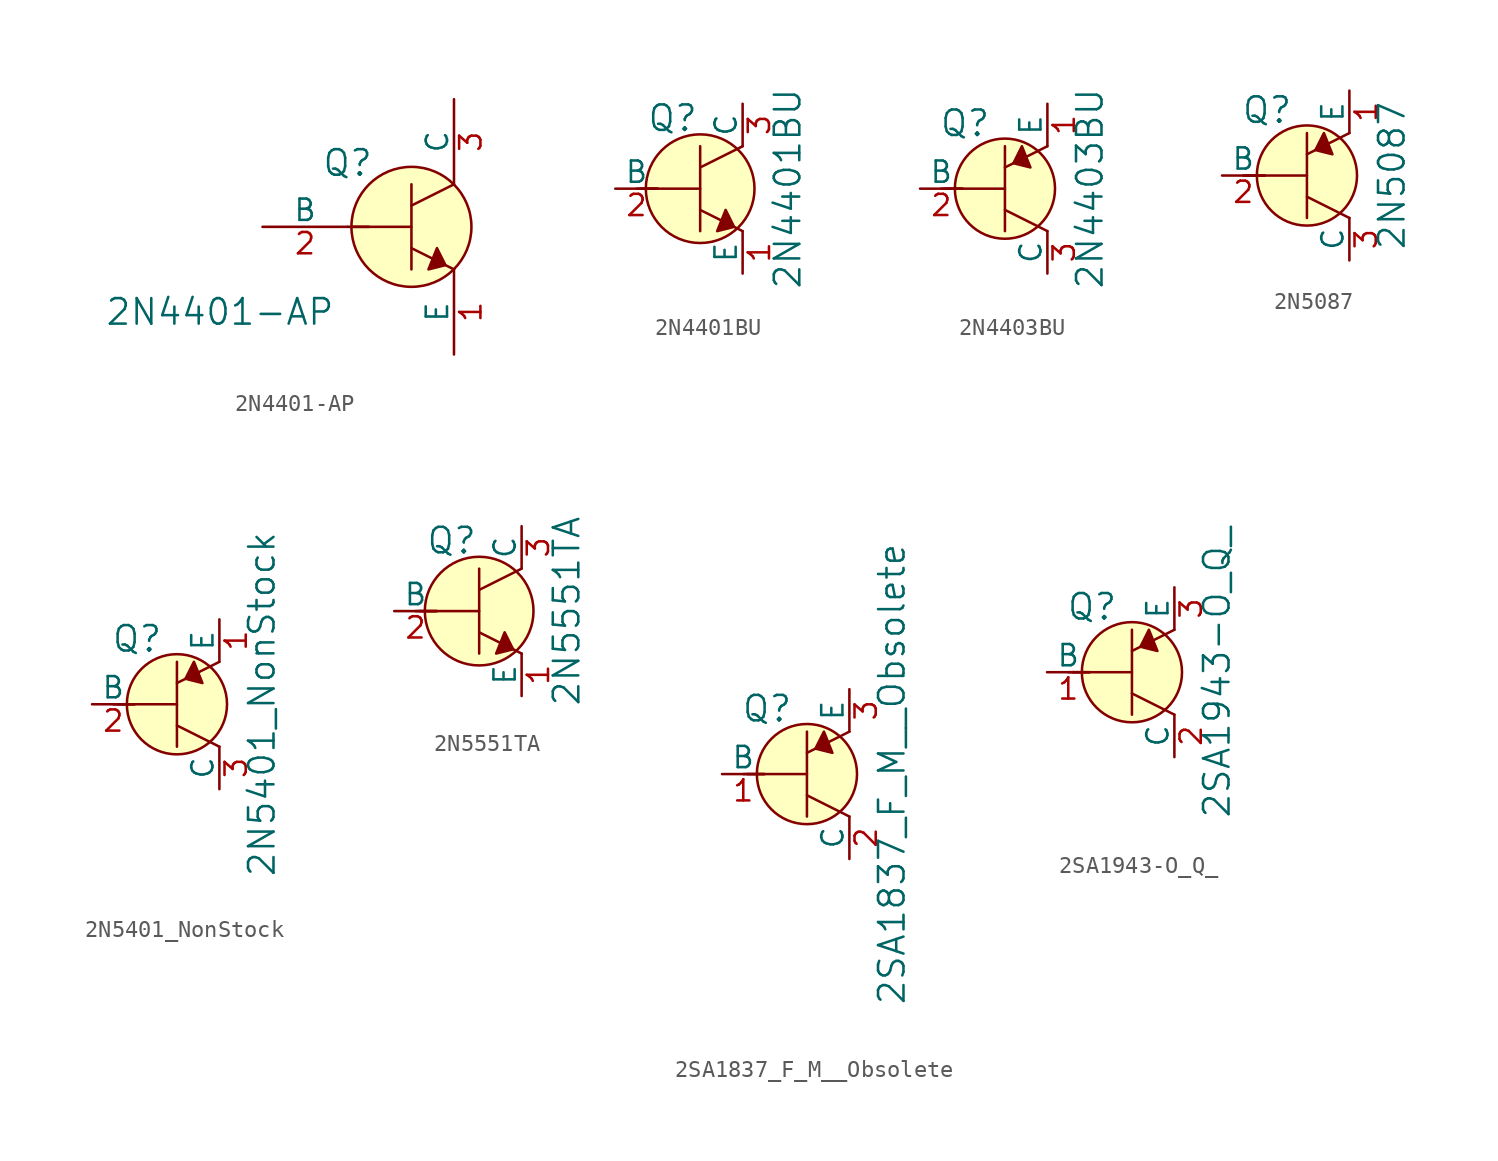
<source format=kicad_sym>
(kicad_symbol_lib
  (version 20220914)
  (generator kicad_symbol_editor)
  (symbol "2N4401-AP"
    (pin_names
      (offset 0))
    (property "Reference" "Q"
      (at -3.81 3.81 0)
      (effects (font (size 1.524 1.524))))
    (property "Value" "2N4401-AP"
      (at -11.43 -5.08 0)
      (effects (font (size 1.524 1.524))))
    (symbol "2N4401-AP_0_1"
      (polyline (pts (xy -3.81 0) (xy -2.54 0)) (stroke (width 0) (type default)) (fill (type none)))
      (polyline (pts (xy -3.556 0) (xy 0 0)) (stroke (width 0) (type default)) (fill (type none)))
      (polyline (pts (xy 0 -1.27) (xy 2.54 -2.54)) (stroke (width 0) (type default)) (fill (type none)))
      (polyline (pts (xy 0 1.27) (xy 2.54 2.54)) (stroke (width 0) (type default)) (fill (type none)))
      (polyline (pts (xy 0 2.54) (xy 0 -2.54)) (stroke (width 0) (type default)) (fill (type none)))
      (polyline (pts (xy 1.524 -1.27) (xy 2.032 -2.286) (xy 1.016 -2.54) (xy 1.524 -1.27)) (stroke (width 0) (type default)) (fill (type outline)))
      (circle (center 0 0) (radius 3.581) (stroke (width 0) (type default)) (fill (type background))))
    (symbol "2N4401-AP_1_1"
      (pin input line (at 2.54 -7.62 90) (length 5.08) (name "E" (effects (font (size 1.27 1.27)))) (number "1" (effects (font (size 1.27 1.27)))))
      (pin input line (at -8.89 0 0) (length 5.08) (name "B" (effects (font (size 1.27 1.27)))) (number "2" (effects (font (size 1.27 1.27)))))
      (pin input line (at 2.54 7.62 270) (length 5.08) (name "C" (effects (font (size 1.27 1.27)))) (number "3" (effects (font (size 1.27 1.27)))))))
  (symbol "2N4401BU"
    (pin_names
      (offset 0))
    (property "Reference" "Q"
      (at -3.2 4.216 0)
      (effects (font (size 1.524 1.524)) (justify left)))
    (property "Value" "2N4401BU"
      (at 5.232 0 90)
      (effects (font (size 1.524 1.524))))
    (symbol "2N4401BU_0_1"
      (polyline (pts (xy -3.81 0) (xy -2.54 0)) (stroke (width 0) (type default)) (fill (type none)))
      (polyline (pts (xy -3.556 0) (xy 0 0)) (stroke (width 0) (type default)) (fill (type none)))
      (polyline (pts (xy 0 -1.27) (xy 2.54 -2.54)) (stroke (width 0) (type default)) (fill (type none)))
      (polyline (pts (xy 0 1.27) (xy 2.54 2.54)) (stroke (width 0) (type default)) (fill (type none)))
      (polyline (pts (xy 0 2.54) (xy 0 -2.54)) (stroke (width 0) (type default)) (fill (type none)))
      (polyline (pts (xy 1.524 -1.27) (xy 2.032 -2.286) (xy 1.016 -2.54) (xy 1.524 -1.27)) (stroke (width 0) (type default)) (fill (type outline)))
      (circle (center 0 0) (radius 3.251) (stroke (width 0) (type default)) (fill (type background))))
    (symbol "2N4401BU_1_1"
      (pin passive line (at 2.54 -5.08 90) (length 2.54) (name "E" (effects (font (size 1.27 1.27)))) (number "1" (effects (font (size 1.27 1.27)))))
      (pin input line (at -5.08 0 0) (length 2.54) (name "B" (effects (font (size 1.27 1.27)))) (number "2" (effects (font (size 1.27 1.27)))))
      (pin passive line (at 2.54 5.08 270) (length 2.54) (name "C" (effects (font (size 1.27 1.27)))) (number "3" (effects (font (size 1.27 1.27)))))))
  (symbol "2N4403BU"
    (pin_names
      (offset 0))
    (property "Reference" "Q"
      (at -2.388 3.912 0)
      (effects (font (size 1.524 1.524))))
    (property "Value" "2N4403BU"
      (at 5.08 0 90)
      (effects (font (size 1.524 1.524))))
    (symbol "2N4403BU_0_1"
      (polyline (pts (xy -3.81 0) (xy -2.54 0)) (stroke (width 0) (type default)) (fill (type none)))
      (polyline (pts (xy -3.556 0) (xy 0 0)) (stroke (width 0) (type default)) (fill (type none)))
      (polyline (pts (xy 0 -1.27) (xy 2.54 -2.54)) (stroke (width 0) (type default)) (fill (type none)))
      (polyline (pts (xy 0 1.27) (xy 2.54 2.54)) (stroke (width 0) (type default)) (fill (type none)))
      (polyline (pts (xy 0 2.54) (xy 0 -2.54)) (stroke (width 0) (type default)) (fill (type none)))
      (polyline (pts (xy 1.016 2.54) (xy 0.508 1.524) (xy 1.524 1.27) (xy 1.016 2.54)) (stroke (width 0) (type default)) (fill (type outline)))
      (circle (center 0 0) (radius 2.997) (stroke (width 0) (type default)) (fill (type background))))
    (symbol "2N4403BU_1_1"
      (pin passive line (at 2.54 5.08 270) (length 2.54) (name "E" (effects (font (size 1.27 1.27)))) (number "1" (effects (font (size 1.27 1.27)))))
      (pin input line (at -5.08 0 0) (length 2.54) (name "B" (effects (font (size 1.27 1.27)))) (number "2" (effects (font (size 1.27 1.27)))))
      (pin passive line (at 2.54 -5.08 90) (length 2.54) (name "C" (effects (font (size 1.27 1.27)))) (number "3" (effects (font (size 1.27 1.27)))))))
  (symbol "2N5087"
    (pin_names
      (offset 0))
    (property "Reference" "Q"
      (at -2.388 3.912 0)
      (effects (font (size 1.524 1.524))))
    (property "Value" "2N5087"
      (at 5.08 0 90)
      (effects (font (size 1.524 1.524))))
    (symbol "2N5087_0_1"
      (polyline (pts (xy -3.81 0) (xy -2.54 0)) (stroke (width 0) (type default)) (fill (type none)))
      (polyline (pts (xy -3.556 0) (xy 0 0)) (stroke (width 0) (type default)) (fill (type none)))
      (polyline (pts (xy 0 -1.27) (xy 2.54 -2.54)) (stroke (width 0) (type default)) (fill (type none)))
      (polyline (pts (xy 0 1.27) (xy 2.54 2.54)) (stroke (width 0) (type default)) (fill (type none)))
      (polyline (pts (xy 0 2.54) (xy 0 -2.54)) (stroke (width 0) (type default)) (fill (type none)))
      (polyline (pts (xy 1.016 2.54) (xy 0.508 1.524) (xy 1.524 1.27) (xy 1.016 2.54)) (stroke (width 0) (type default)) (fill (type outline)))
      (circle (center 0 0) (radius 2.997) (stroke (width 0) (type default)) (fill (type background))))
    (symbol "2N5087_1_1"
      (pin passive line (at 2.54 5.08 270) (length 2.54) (name "E" (effects (font (size 1.27 1.27)))) (number "1" (effects (font (size 1.27 1.27)))))
      (pin input line (at -5.08 0 0) (length 2.54) (name "B" (effects (font (size 1.27 1.27)))) (number "2" (effects (font (size 1.27 1.27)))))
      (pin passive line (at 2.54 -5.08 90) (length 2.54) (name "C" (effects (font (size 1.27 1.27)))) (number "3" (effects (font (size 1.27 1.27)))))))
  (symbol "2N5401_NonStock"
    (pin_names
      (offset 0))
    (property "Reference" "Q"
      (at -2.388 3.912 0)
      (effects (font (size 1.524 1.524))))
    (property "Value" "2N5401_NonStock"
      (at 5.08 0 90)
      (effects (font (size 1.524 1.524))))
    (symbol "2N5401_NonStock_0_1"
      (polyline (pts (xy -3.81 0) (xy -2.54 0)) (stroke (width 0) (type default)) (fill (type none)))
      (polyline (pts (xy -3.556 0) (xy 0 0)) (stroke (width 0) (type default)) (fill (type none)))
      (polyline (pts (xy 0 -1.27) (xy 2.54 -2.54)) (stroke (width 0) (type default)) (fill (type none)))
      (polyline (pts (xy 0 1.27) (xy 2.54 2.54)) (stroke (width 0) (type default)) (fill (type none)))
      (polyline (pts (xy 0 2.54) (xy 0 -2.54)) (stroke (width 0) (type default)) (fill (type none)))
      (polyline (pts (xy 1.016 2.54) (xy 0.508 1.524) (xy 1.524 1.27) (xy 1.016 2.54)) (stroke (width 0) (type default)) (fill (type outline)))
      (circle (center 0 0) (radius 2.997) (stroke (width 0) (type default)) (fill (type background))))
    (symbol "2N5401_NonStock_1_1"
      (pin passive line (at 2.54 5.08 270) (length 2.54) (name "E" (effects (font (size 1.27 1.27)))) (number "1" (effects (font (size 1.27 1.27)))))
      (pin input line (at -5.08 0 0) (length 2.54) (name "B" (effects (font (size 1.27 1.27)))) (number "2" (effects (font (size 1.27 1.27)))))
      (pin passive line (at 2.54 -5.08 90) (length 2.54) (name "C" (effects (font (size 1.27 1.27)))) (number "3" (effects (font (size 1.27 1.27)))))))
  (symbol "2N5551TA"
    (pin_names
      (offset 0))
    (property "Reference" "Q"
      (at -3.2 4.216 0)
      (effects (font (size 1.524 1.524)) (justify left)))
    (property "Value" "2N5551TA"
      (at 5.232 0 90)
      (effects (font (size 1.524 1.524))))
    (symbol "2N5551TA_0_1"
      (polyline (pts (xy -3.81 0) (xy -2.54 0)) (stroke (width 0) (type default)) (fill (type none)))
      (polyline (pts (xy -3.556 0) (xy 0 0)) (stroke (width 0) (type default)) (fill (type none)))
      (polyline (pts (xy 0 -1.27) (xy 2.54 -2.54)) (stroke (width 0) (type default)) (fill (type none)))
      (polyline (pts (xy 0 1.27) (xy 2.54 2.54)) (stroke (width 0) (type default)) (fill (type none)))
      (polyline (pts (xy 0 2.54) (xy 0 -2.54)) (stroke (width 0) (type default)) (fill (type none)))
      (polyline (pts (xy 1.524 -1.27) (xy 2.032 -2.286) (xy 1.016 -2.54) (xy 1.524 -1.27)) (stroke (width 0) (type default)) (fill (type outline)))
      (circle (center 0 0) (radius 3.251) (stroke (width 0) (type default)) (fill (type background))))
    (symbol "2N5551TA_1_1"
      (pin passive line (at 2.54 -5.08 90) (length 2.54) (name "E" (effects (font (size 1.27 1.27)))) (number "1" (effects (font (size 1.27 1.27)))))
      (pin input line (at -5.08 0 0) (length 2.54) (name "B" (effects (font (size 1.27 1.27)))) (number "2" (effects (font (size 1.27 1.27)))))
      (pin passive line (at 2.54 5.08 270) (length 2.54) (name "C" (effects (font (size 1.27 1.27)))) (number "3" (effects (font (size 1.27 1.27)))))))
  (symbol "2SA1837_F_M__Obsolete"
    (pin_names
      (offset 0))
    (property "Reference" "Q"
      (at -2.388 3.912 0)
      (effects (font (size 1.524 1.524))))
    (property "Value" "2SA1837_F_M__Obsolete"
      (at 5.08 0 90)
      (effects (font (size 1.524 1.524))))
    (symbol "2SA1837_F_M__Obsolete_0_1"
      (polyline (pts (xy -3.81 0) (xy -2.54 0)) (stroke (width 0) (type default)) (fill (type none)))
      (polyline (pts (xy -3.556 0) (xy 0 0)) (stroke (width 0) (type default)) (fill (type none)))
      (polyline (pts (xy 0 -1.27) (xy 2.54 -2.54)) (stroke (width 0) (type default)) (fill (type none)))
      (polyline (pts (xy 0 1.27) (xy 2.54 2.54)) (stroke (width 0) (type default)) (fill (type none)))
      (polyline (pts (xy 0 2.54) (xy 0 -2.54)) (stroke (width 0) (type default)) (fill (type none)))
      (polyline (pts (xy 1.016 2.54) (xy 0.508 1.524) (xy 1.524 1.27) (xy 1.016 2.54)) (stroke (width 0) (type default)) (fill (type outline)))
      (circle (center 0 0) (radius 2.997) (stroke (width 0) (type default)) (fill (type background))))
    (symbol "2SA1837_F_M__Obsolete_1_1"
      (pin input line (at -5.08 0 0) (length 2.54) (name "B" (effects (font (size 1.27 1.27)))) (number "1" (effects (font (size 1.27 1.27)))))
      (pin passive line (at 2.54 -5.08 90) (length 2.54) (name "C" (effects (font (size 1.27 1.27)))) (number "2" (effects (font (size 1.27 1.27)))))
      (pin passive line (at 2.54 5.08 270) (length 2.54) (name "E" (effects (font (size 1.27 1.27)))) (number "3" (effects (font (size 1.27 1.27)))))))
  (symbol "2SA1943-O_Q_"
    (pin_names
      (offset 0))
    (property "Reference" "Q"
      (at -2.388 3.912 0)
      (effects (font (size 1.524 1.524))))
    (property "Value" "2SA1943-O_Q_"
      (at 5.08 0 90)
      (effects (font (size 1.524 1.524))))
    (symbol "2SA1943-O_Q__0_1"
      (polyline (pts (xy -3.81 0) (xy -2.54 0)) (stroke (width 0) (type default)) (fill (type none)))
      (polyline (pts (xy -3.556 0) (xy 0 0)) (stroke (width 0) (type default)) (fill (type none)))
      (polyline (pts (xy 0 -1.27) (xy 2.54 -2.54)) (stroke (width 0) (type default)) (fill (type none)))
      (polyline (pts (xy 0 1.27) (xy 2.54 2.54)) (stroke (width 0) (type default)) (fill (type none)))
      (polyline (pts (xy 0 2.54) (xy 0 -2.54)) (stroke (width 0) (type default)) (fill (type none)))
      (polyline (pts (xy 1.016 2.54) (xy 0.508 1.524) (xy 1.524 1.27) (xy 1.016 2.54)) (stroke (width 0) (type default)) (fill (type outline)))
      (circle (center 0 0) (radius 2.997) (stroke (width 0) (type default)) (fill (type background))))
    (symbol "2SA1943-O_Q__1_1"
      (pin input line (at -5.08 0 0) (length 2.54) (name "B" (effects (font (size 1.27 1.27)))) (number "1" (effects (font (size 1.27 1.27)))))
      (pin passive line (at 2.54 -5.08 90) (length 2.54) (name "C" (effects (font (size 1.27 1.27)))) (number "2" (effects (font (size 1.27 1.27)))))
      (pin passive line (at 2.54 5.08 270) (length 2.54) (name "E" (effects (font (size 1.27 1.27)))) (number "3" (effects (font (size 1.27 1.27))))))))
</source>
